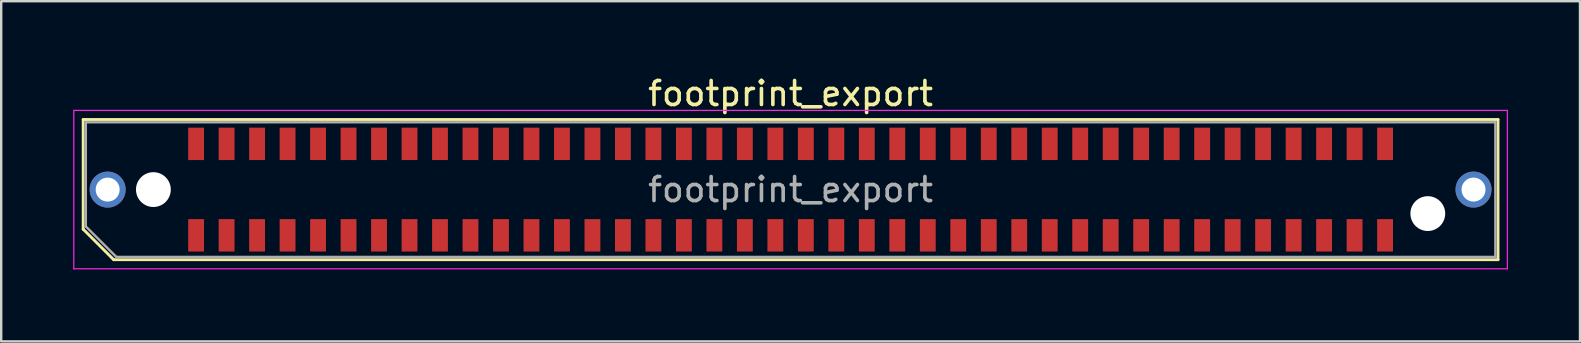
<source format=kicad_pcb>
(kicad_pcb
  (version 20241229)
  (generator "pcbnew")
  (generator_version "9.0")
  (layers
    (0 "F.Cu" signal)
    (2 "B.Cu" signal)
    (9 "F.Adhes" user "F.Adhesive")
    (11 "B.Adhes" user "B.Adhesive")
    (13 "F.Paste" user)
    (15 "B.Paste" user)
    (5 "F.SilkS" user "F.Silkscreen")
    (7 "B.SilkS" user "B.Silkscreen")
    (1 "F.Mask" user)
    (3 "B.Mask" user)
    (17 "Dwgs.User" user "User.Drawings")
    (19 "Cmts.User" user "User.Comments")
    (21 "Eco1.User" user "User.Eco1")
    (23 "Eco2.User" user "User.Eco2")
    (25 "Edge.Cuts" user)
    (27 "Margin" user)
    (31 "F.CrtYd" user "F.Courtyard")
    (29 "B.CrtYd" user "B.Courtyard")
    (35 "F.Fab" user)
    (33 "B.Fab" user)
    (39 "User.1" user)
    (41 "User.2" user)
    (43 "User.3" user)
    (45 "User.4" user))
  (footprint "footprint_export"
    (layer "F.Cu")
    (at 29.885 4.848)
    (property "Reference" "footprint_export" (at 0 -4 0) (layer "F.SilkS") (effects (font (size 1 1) (thickness 0.15))))
    (attr smd)
    (fp_line (start -29.47 -2.92) (end 29.47 -2.92) (stroke (width 0.12) (type solid)) (layer "F.SilkS"))
    (fp_line (start -29.47 1.65) (end -29.47 -2.92) (stroke (width 0.12) (type solid)) (layer "F.SilkS"))
    (fp_line (start -28.2 2.92) (end -29.47 1.65) (stroke (width 0.12) (type solid)) (layer "F.SilkS"))
    (fp_line (start -28.2 2.92) (end 29.47 2.92) (stroke (width 0.12) (type solid)) (layer "F.SilkS"))
    (fp_line (start 29.47 2.92) (end 29.47 -2.92) (stroke (width 0.12) (type solid)) (layer "F.SilkS"))
    (fp_line (start -29.86 -3.3) (end -29.86 3.3) (stroke (width 0.05) (type solid)) (layer "F.CrtYd"))
    (fp_line (start -29.86 3.3) (end 29.86 3.3) (stroke (width 0.05) (type solid)) (layer "F.CrtYd"))
    (fp_line (start 29.86 -3.3) (end -29.86 -3.3) (stroke (width 0.05) (type solid)) (layer "F.CrtYd"))
    (fp_line (start 29.86 3.3) (end 29.86 -3.3) (stroke (width 0.05) (type solid)) (layer "F.CrtYd"))
    (fp_line (start -29.36 -2.805) (end 29.36 -2.805) (stroke (width 0.1) (type solid)) (layer "F.Fab"))
    (fp_line (start -29.36 1.535) (end -29.36 -2.805) (stroke (width 0.1) (type solid)) (layer "F.Fab"))
    (fp_line (start -29.36 1.535) (end -28.09 2.805) (stroke (width 0.1) (type solid)) (layer "F.Fab"))
    (fp_line (start -28.09 2.805) (end 29.36 2.805) (stroke (width 0.1) (type solid)) (layer "F.Fab"))
    (fp_line (start 29.36 2.805) (end 29.36 -2.805) (stroke (width 0.1) (type solid)) (layer "F.Fab"))
    (fp_text user "${REFERENCE}" (at 0 0 0) (layer "F.Fab") (effects (font (size 1 1) (thickness 0.15))))
    (pad "" thru_hole circle (at -28.45 0) (size 1.5 1.5) (drill 1) (layers "*.Cu" "*.Mask"))
    (pad "" np_thru_hole circle (at -26.545 0) (size 1.45 1.45) (drill 1.45) (layers "*.Cu" "*.Mask"))
    (pad "" np_thru_hole circle (at 26.545 1) (size 1.45 1.45) (drill 1.45) (layers "*.Cu" "*.Mask"))
    (pad "" thru_hole circle (at 28.45 0) (size 1.5 1.5) (drill 1) (layers "*.Cu" "*.Mask"))
    (pad "1" smd rect (at -24.765 1.905) (size 0.66 1.35) (layers "F.Cu" "F.Mask" "F.Paste"))
    (pad "2" smd rect (at -24.765 -1.905) (size 0.66 1.35) (layers "F.Cu" "F.Mask" "F.Paste"))
    (pad "3" smd rect (at -23.495 1.905) (size 0.66 1.35) (layers "F.Cu" "F.Mask" "F.Paste"))
    (pad "4" smd rect (at -23.495 -1.905) (size 0.66 1.35) (layers "F.Cu" "F.Mask" "F.Paste"))
    (pad "5" smd rect (at -22.225 1.905) (size 0.66 1.35) (layers "F.Cu" "F.Mask" "F.Paste"))
    (pad "6" smd rect (at -22.225 -1.905) (size 0.66 1.35) (layers "F.Cu" "F.Mask" "F.Paste"))
    (pad "7" smd rect (at -20.955 1.905) (size 0.66 1.35) (layers "F.Cu" "F.Mask" "F.Paste"))
    (pad "8" smd rect (at -20.955 -1.905) (size 0.66 1.35) (layers "F.Cu" "F.Mask" "F.Paste"))
    (pad "9" smd rect (at -19.685 1.905) (size 0.66 1.35) (layers "F.Cu" "F.Mask" "F.Paste"))
    (pad "10" smd rect (at -19.685 -1.905) (size 0.66 1.35) (layers "F.Cu" "F.Mask" "F.Paste"))
    (pad "11" smd rect (at -18.415 1.905) (size 0.66 1.35) (layers "F.Cu" "F.Mask" "F.Paste"))
    (pad "12" smd rect (at -18.415 -1.905) (size 0.66 1.35) (layers "F.Cu" "F.Mask" "F.Paste"))
    (pad "13" smd rect (at -17.145 1.905) (size 0.66 1.35) (layers "F.Cu" "F.Mask" "F.Paste"))
    (pad "14" smd rect (at -17.145 -1.905) (size 0.66 1.35) (layers "F.Cu" "F.Mask" "F.Paste"))
    (pad "15" smd rect (at -15.875 1.905) (size 0.66 1.35) (layers "F.Cu" "F.Mask" "F.Paste"))
    (pad "16" smd rect (at -15.875 -1.905) (size 0.66 1.35) (layers "F.Cu" "F.Mask" "F.Paste"))
    (pad "17" smd rect (at -14.605 1.905) (size 0.66 1.35) (layers "F.Cu" "F.Mask" "F.Paste"))
    (pad "18" smd rect (at -14.605 -1.905) (size 0.66 1.35) (layers "F.Cu" "F.Mask" "F.Paste"))
    (pad "19" smd rect (at -13.335 1.905) (size 0.66 1.35) (layers "F.Cu" "F.Mask" "F.Paste"))
    (pad "20" smd rect (at -13.335 -1.905) (size 0.66 1.35) (layers "F.Cu" "F.Mask" "F.Paste"))
    (pad "21" smd rect (at -12.065 1.905) (size 0.66 1.35) (layers "F.Cu" "F.Mask" "F.Paste"))
    (pad "22" smd rect (at -12.065 -1.905) (size 0.66 1.35) (layers "F.Cu" "F.Mask" "F.Paste"))
    (pad "23" smd rect (at -10.795 1.905) (size 0.66 1.35) (layers "F.Cu" "F.Mask" "F.Paste"))
    (pad "24" smd rect (at -10.795 -1.905) (size 0.66 1.35) (layers "F.Cu" "F.Mask" "F.Paste"))
    (pad "25" smd rect (at -9.525 1.905) (size 0.66 1.35) (layers "F.Cu" "F.Mask" "F.Paste"))
    (pad "26" smd rect (at -9.525 -1.905) (size 0.66 1.35) (layers "F.Cu" "F.Mask" "F.Paste"))
    (pad "27" smd rect (at -8.255 1.905) (size 0.66 1.35) (layers "F.Cu" "F.Mask" "F.Paste"))
    (pad "28" smd rect (at -8.255 -1.905) (size 0.66 1.35) (layers "F.Cu" "F.Mask" "F.Paste"))
    (pad "29" smd rect (at -6.985 1.905) (size 0.66 1.35) (layers "F.Cu" "F.Mask" "F.Paste"))
    (pad "30" smd rect (at -6.985 -1.905) (size 0.66 1.35) (layers "F.Cu" "F.Mask" "F.Paste"))
    (pad "31" smd rect (at -5.715 1.905) (size 0.66 1.35) (layers "F.Cu" "F.Mask" "F.Paste"))
    (pad "32" smd rect (at -5.715 -1.905) (size 0.66 1.35) (layers "F.Cu" "F.Mask" "F.Paste"))
    (pad "33" smd rect (at -4.445 1.905) (size 0.66 1.35) (layers "F.Cu" "F.Mask" "F.Paste"))
    (pad "34" smd rect (at -4.445 -1.905) (size 0.66 1.35) (layers "F.Cu" "F.Mask" "F.Paste"))
    (pad "35" smd rect (at -3.175 1.905) (size 0.66 1.35) (layers "F.Cu" "F.Mask" "F.Paste"))
    (pad "36" smd rect (at -3.175 -1.905) (size 0.66 1.35) (layers "F.Cu" "F.Mask" "F.Paste"))
    (pad "37" smd rect (at -1.905 1.905) (size 0.66 1.35) (layers "F.Cu" "F.Mask" "F.Paste"))
    (pad "38" smd rect (at -1.905 -1.905) (size 0.66 1.35) (layers "F.Cu" "F.Mask" "F.Paste"))
    (pad "39" smd rect (at -0.635 1.905) (size 0.66 1.35) (layers "F.Cu" "F.Mask" "F.Paste"))
    (pad "40" smd rect (at -0.635 -1.905) (size 0.66 1.35) (layers "F.Cu" "F.Mask" "F.Paste"))
    (pad "41" smd rect (at 0.635 1.905) (size 0.66 1.35) (layers "F.Cu" "F.Mask" "F.Paste"))
    (pad "42" smd rect (at 0.635 -1.905) (size 0.66 1.35) (layers "F.Cu" "F.Mask" "F.Paste"))
    (pad "43" smd rect (at 1.905 1.905) (size 0.66 1.35) (layers "F.Cu" "F.Mask" "F.Paste"))
    (pad "44" smd rect (at 1.905 -1.905) (size 0.66 1.35) (layers "F.Cu" "F.Mask" "F.Paste"))
    (pad "45" smd rect (at 3.175 1.905) (size 0.66 1.35) (layers "F.Cu" "F.Mask" "F.Paste"))
    (pad "46" smd rect (at 3.175 -1.905) (size 0.66 1.35) (layers "F.Cu" "F.Mask" "F.Paste"))
    (pad "47" smd rect (at 4.445 1.905) (size 0.66 1.35) (layers "F.Cu" "F.Mask" "F.Paste"))
    (pad "48" smd rect (at 4.445 -1.905) (size 0.66 1.35) (layers "F.Cu" "F.Mask" "F.Paste"))
    (pad "49" smd rect (at 5.715 1.905) (size 0.66 1.35) (layers "F.Cu" "F.Mask" "F.Paste"))
    (pad "50" smd rect (at 5.715 -1.905) (size 0.66 1.35) (layers "F.Cu" "F.Mask" "F.Paste"))
    (pad "51" smd rect (at 6.985 1.905) (size 0.66 1.35) (layers "F.Cu" "F.Mask" "F.Paste"))
    (pad "52" smd rect (at 6.985 -1.905) (size 0.66 1.35) (layers "F.Cu" "F.Mask" "F.Paste"))
    (pad "53" smd rect (at 8.255 1.905) (size 0.66 1.35) (layers "F.Cu" "F.Mask" "F.Paste"))
    (pad "54" smd rect (at 8.255 -1.905) (size 0.66 1.35) (layers "F.Cu" "F.Mask" "F.Paste"))
    (pad "55" smd rect (at 9.525 1.905) (size 0.66 1.35) (layers "F.Cu" "F.Mask" "F.Paste"))
    (pad "56" smd rect (at 9.525 -1.905) (size 0.66 1.35) (layers "F.Cu" "F.Mask" "F.Paste"))
    (pad "57" smd rect (at 10.795 1.905) (size 0.66 1.35) (layers "F.Cu" "F.Mask" "F.Paste"))
    (pad "58" smd rect (at 10.795 -1.905) (size 0.66 1.35) (layers "F.Cu" "F.Mask" "F.Paste"))
    (pad "59" smd rect (at 12.065 1.905) (size 0.66 1.35) (layers "F.Cu" "F.Mask" "F.Paste"))
    (pad "60" smd rect (at 12.065 -1.905) (size 0.66 1.35) (layers "F.Cu" "F.Mask" "F.Paste"))
    (pad "61" smd rect (at 13.335 1.905) (size 0.66 1.35) (layers "F.Cu" "F.Mask" "F.Paste"))
    (pad "62" smd rect (at 13.335 -1.905) (size 0.66 1.35) (layers "F.Cu" "F.Mask" "F.Paste"))
    (pad "63" smd rect (at 14.605 1.905) (size 0.66 1.35) (layers "F.Cu" "F.Mask" "F.Paste"))
    (pad "64" smd rect (at 14.605 -1.905) (size 0.66 1.35) (layers "F.Cu" "F.Mask" "F.Paste"))
    (pad "65" smd rect (at 15.875 1.905) (size 0.66 1.35) (layers "F.Cu" "F.Mask" "F.Paste"))
    (pad "66" smd rect (at 15.875 -1.905) (size 0.66 1.35) (layers "F.Cu" "F.Mask" "F.Paste"))
    (pad "67" smd rect (at 17.145 1.905) (size 0.66 1.35) (layers "F.Cu" "F.Mask" "F.Paste"))
    (pad "68" smd rect (at 17.145 -1.905) (size 0.66 1.35) (layers "F.Cu" "F.Mask" "F.Paste"))
    (pad "69" smd rect (at 18.415 1.905) (size 0.66 1.35) (layers "F.Cu" "F.Mask" "F.Paste"))
    (pad "70" smd rect (at 18.415 -1.905) (size 0.66 1.35) (layers "F.Cu" "F.Mask" "F.Paste"))
    (pad "71" smd rect (at 19.685 1.905) (size 0.66 1.35) (layers "F.Cu" "F.Mask" "F.Paste"))
    (pad "72" smd rect (at 19.685 -1.905) (size 0.66 1.35) (layers "F.Cu" "F.Mask" "F.Paste"))
    (pad "73" smd rect (at 20.955 1.905) (size 0.66 1.35) (layers "F.Cu" "F.Mask" "F.Paste"))
    (pad "74" smd rect (at 20.955 -1.905) (size 0.66 1.35) (layers "F.Cu" "F.Mask" "F.Paste"))
    (pad "75" smd rect (at 22.225 1.905) (size 0.66 1.35) (layers "F.Cu" "F.Mask" "F.Paste"))
    (pad "76" smd rect (at 22.225 -1.905) (size 0.66 1.35) (layers "F.Cu" "F.Mask" "F.Paste"))
    (pad "77" smd rect (at 23.495 1.905) (size 0.66 1.35) (layers "F.Cu" "F.Mask" "F.Paste"))
    (pad "78" smd rect (at 23.495 -1.905) (size 0.66 1.35) (layers "F.Cu" "F.Mask" "F.Paste"))
    (pad "79" smd rect (at 24.765 1.905) (size 0.66 1.35) (layers "F.Cu" "F.Mask" "F.Paste"))
    (pad "80" smd rect (at 24.765 -1.905) (size 0.66 1.35) (layers "F.Cu" "F.Mask" "F.Paste")))
  (gr_rect
    (start -3 -3)
    (end 62.77 11.173)
    (stroke (width 0.1) (type default))
    (fill no)
    (layer "Edge.Cuts")))
</source>
